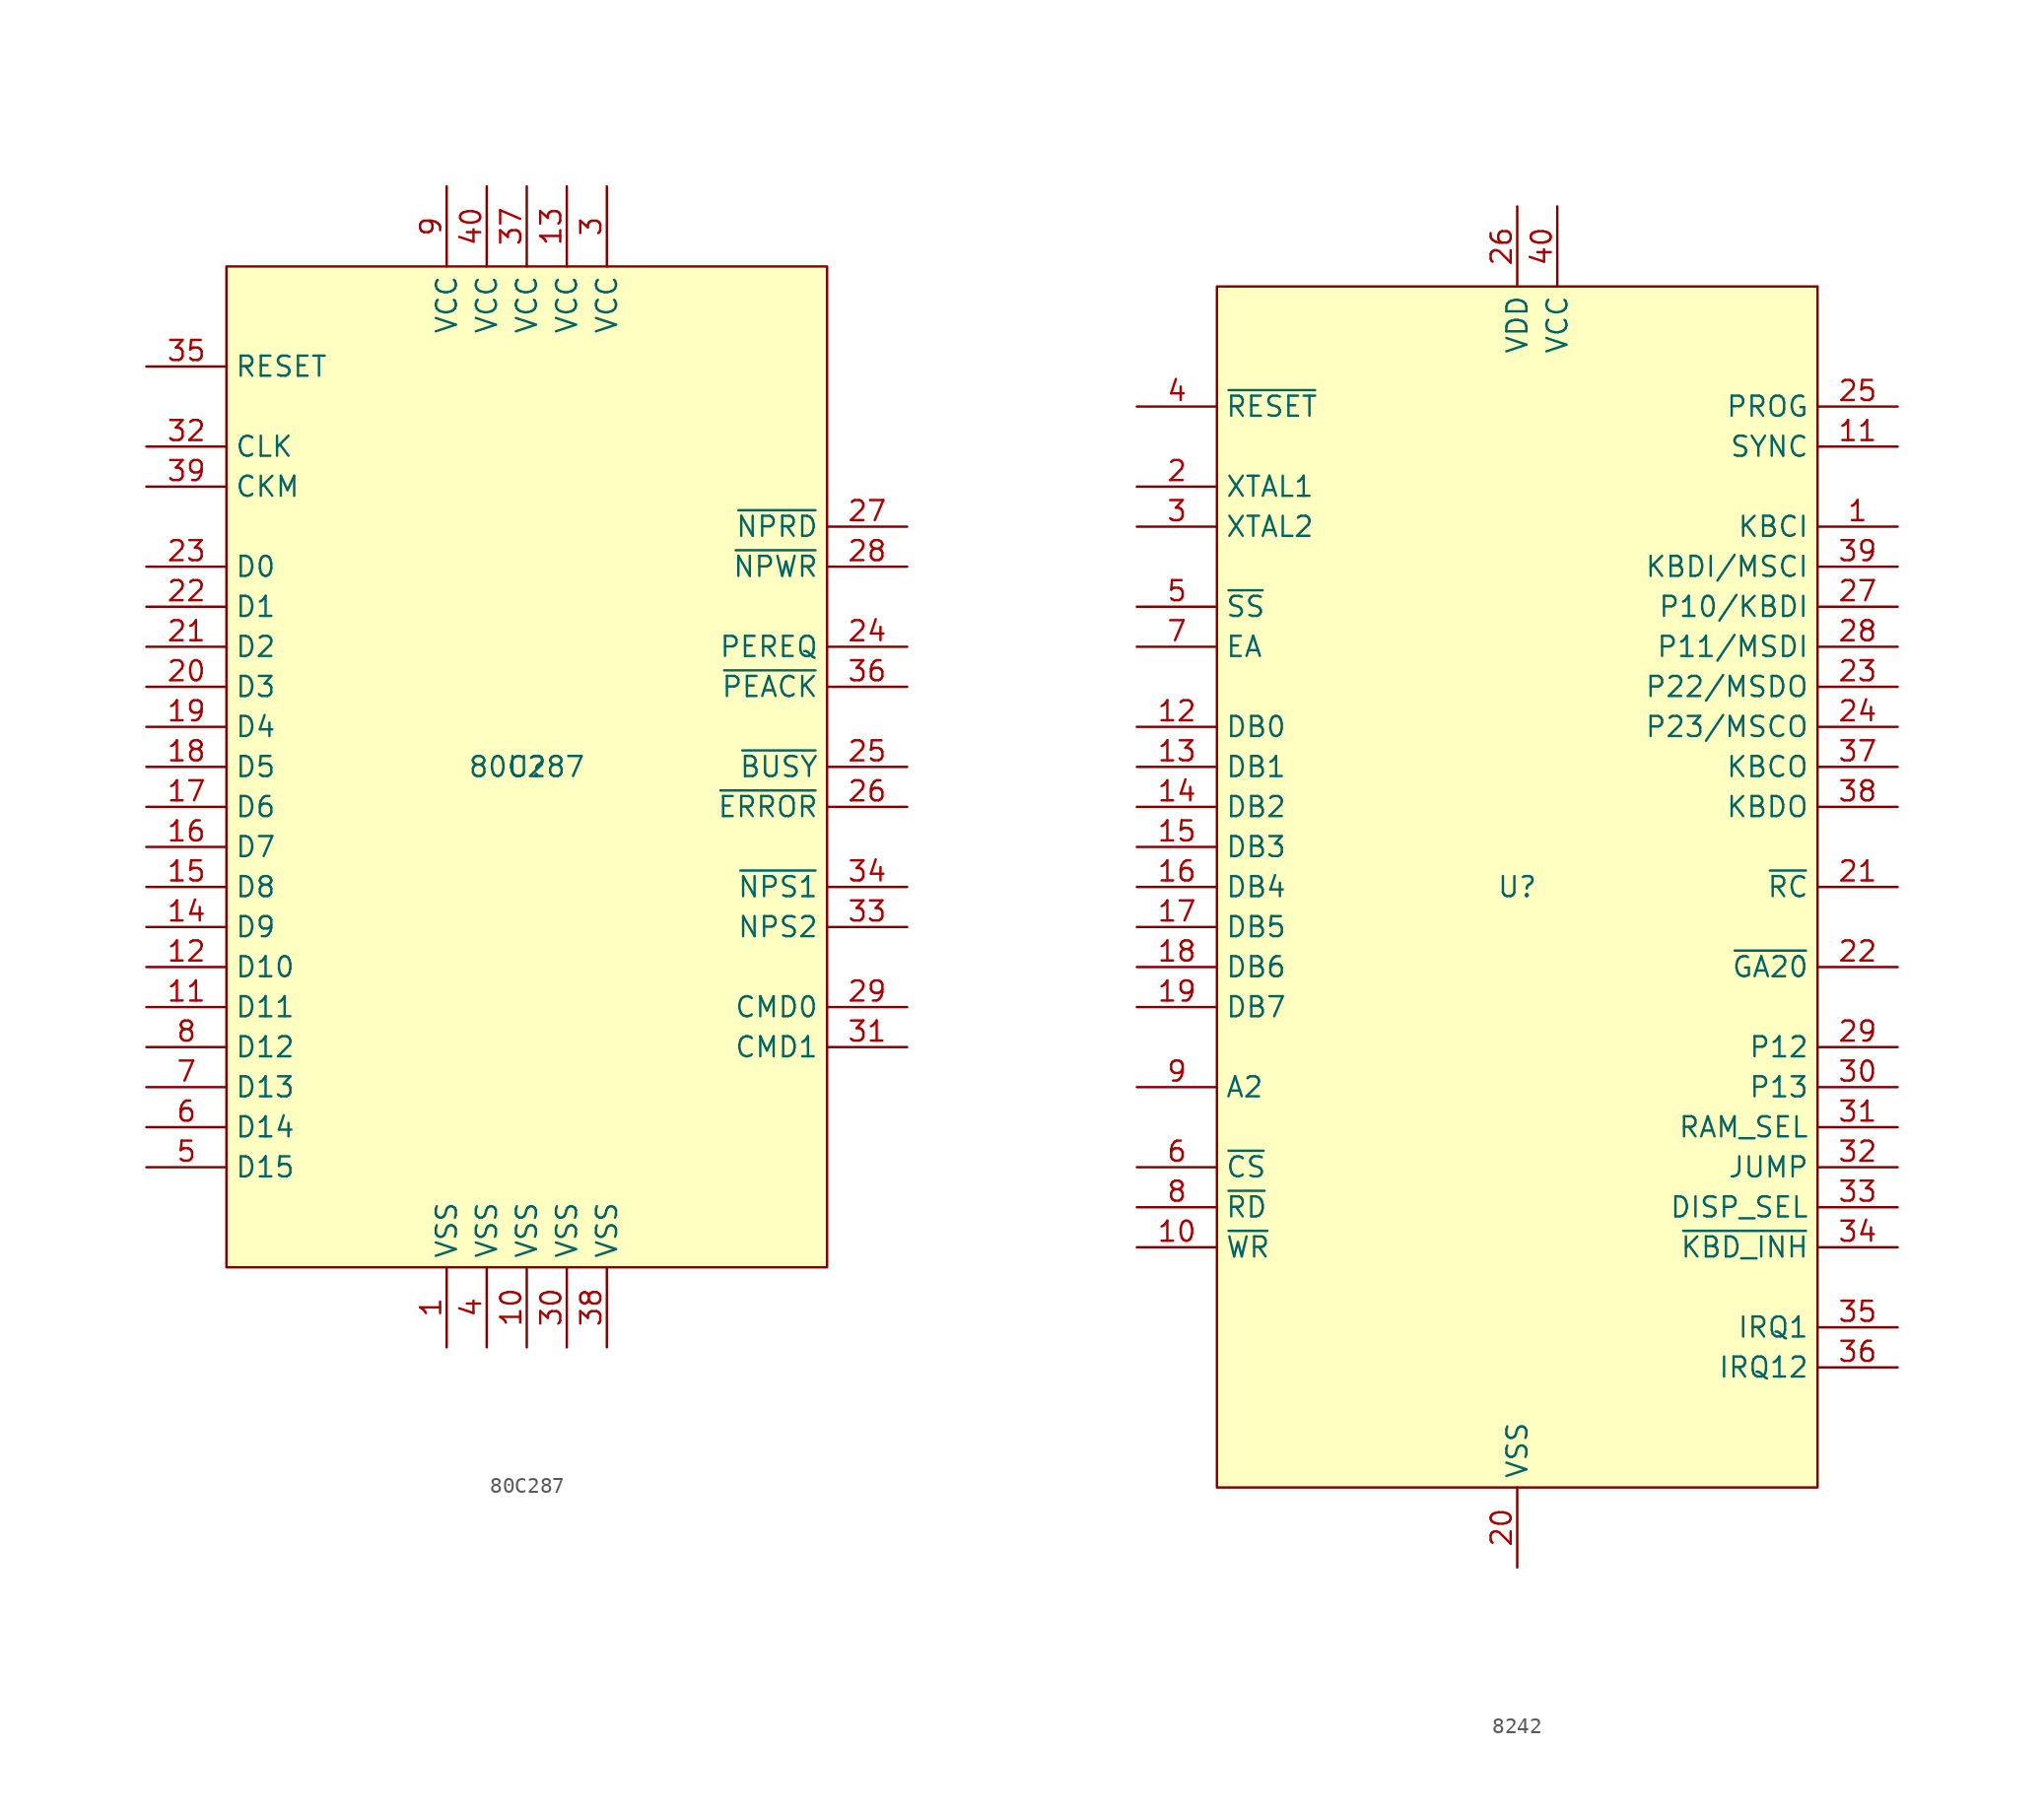
<source format=kicad_sym>
(kicad_symbol_lib
  (version 20231120)
  (generator "kicad_symbol_editor")
  (generator_version "8.0")
  (symbol "80C287"
    (property "Reference" "U"
      (at 0 0 0)
      (effects (font (size 1.27 1.27))))
    (property "Value" "80C287"
      (at 0 0 0)
      (effects (font (size 1.27 1.27))))
    (symbol "80C287_0_0"
      (pin power_in line (at -5.08 -36.83 90) (length 5.08) (name "VSS" (effects (font (size 1.27 1.27)))) (number "1" (effects (font (size 1.27 1.27)))))
      (pin power_in line (at 0 -36.83 90) (length 5.08) (name "VSS" (effects (font (size 1.27 1.27)))) (number "10" (effects (font (size 1.27 1.27)))))
      (pin bidirectional line (at -24.13 -15.24 0) (length 5.08) (name "D11" (effects (font (size 1.27 1.27)))) (number "11" (effects (font (size 1.27 1.27)))))
      (pin bidirectional line (at -24.13 -12.7 0) (length 5.08) (name "D10" (effects (font (size 1.27 1.27)))) (number "12" (effects (font (size 1.27 1.27)))))
      (pin power_in line (at 2.54 36.83 270) (length 5.08) (name "VCC" (effects (font (size 1.27 1.27)))) (number "13" (effects (font (size 1.27 1.27)))))
      (pin bidirectional line (at -24.13 -10.16 0) (length 5.08) (name "D9" (effects (font (size 1.27 1.27)))) (number "14" (effects (font (size 1.27 1.27)))))
      (pin bidirectional line (at -24.13 -7.62 0) (length 5.08) (name "D8" (effects (font (size 1.27 1.27)))) (number "15" (effects (font (size 1.27 1.27)))))
      (pin bidirectional line (at -24.13 -5.08 0) (length 5.08) (name "D7" (effects (font (size 1.27 1.27)))) (number "16" (effects (font (size 1.27 1.27)))))
      (pin bidirectional line (at -24.13 -2.54 0) (length 5.08) (name "D6" (effects (font (size 1.27 1.27)))) (number "17" (effects (font (size 1.27 1.27)))))
      (pin bidirectional line (at -24.13 0 0) (length 5.08) (name "D5" (effects (font (size 1.27 1.27)))) (number "18" (effects (font (size 1.27 1.27)))))
      (pin bidirectional line (at -24.13 2.54 0) (length 5.08) (name "D4" (effects (font (size 1.27 1.27)))) (number "19" (effects (font (size 1.27 1.27)))))
      (pin bidirectional line (at -24.13 5.08 0) (length 5.08) (name "D3" (effects (font (size 1.27 1.27)))) (number "20" (effects (font (size 1.27 1.27)))))
      (pin bidirectional line (at -24.13 7.62 0) (length 5.08) (name "D2" (effects (font (size 1.27 1.27)))) (number "21" (effects (font (size 1.27 1.27)))))
      (pin bidirectional line (at -24.13 10.16 0) (length 5.08) (name "D1" (effects (font (size 1.27 1.27)))) (number "22" (effects (font (size 1.27 1.27)))))
      (pin bidirectional line (at -24.13 12.7 0) (length 5.08) (name "D0" (effects (font (size 1.27 1.27)))) (number "23" (effects (font (size 1.27 1.27)))))
      (pin output line (at 24.13 7.62 180) (length 5.08) (name "PEREQ" (effects (font (size 1.27 1.27)))) (number "24" (effects (font (size 1.27 1.27)))))
      (pin output line (at 24.13 0 180) (length 5.08) (name "~{BUSY}" (effects (font (size 1.27 1.27)))) (number "25" (effects (font (size 1.27 1.27)))))
      (pin output line (at 24.13 -2.54 180) (length 5.08) (name "~{ERROR}" (effects (font (size 1.27 1.27)))) (number "26" (effects (font (size 1.27 1.27)))))
      (pin input line (at 24.13 15.24 180) (length 5.08) (name "~{NPRD}" (effects (font (size 1.27 1.27)))) (number "27" (effects (font (size 1.27 1.27)))))
      (pin input line (at 24.13 12.7 180) (length 5.08) (name "~{NPWR}" (effects (font (size 1.27 1.27)))) (number "28" (effects (font (size 1.27 1.27)))))
      (pin input line (at 24.13 -15.24 180) (length 5.08) (name "CMD0" (effects (font (size 1.27 1.27)))) (number "29" (effects (font (size 1.27 1.27)))))
      (pin power_in line (at 5.08 36.83 270) (length 5.08) (name "VCC" (effects (font (size 1.27 1.27)))) (number "3" (effects (font (size 1.27 1.27)))))
      (pin power_in line (at 2.54 -36.83 90) (length 5.08) (name "VSS" (effects (font (size 1.27 1.27)))) (number "30" (effects (font (size 1.27 1.27)))))
      (pin input line (at 24.13 -17.78 180) (length 5.08) (name "CMD1" (effects (font (size 1.27 1.27)))) (number "31" (effects (font (size 1.27 1.27)))))
      (pin input line (at -24.13 20.32 0) (length 5.08) (name "CLK" (effects (font (size 1.27 1.27)))) (number "32" (effects (font (size 1.27 1.27)))))
      (pin input line (at 24.13 -10.16 180) (length 5.08) (name "NPS2" (effects (font (size 1.27 1.27)))) (number "33" (effects (font (size 1.27 1.27)))))
      (pin input line (at 24.13 -7.62 180) (length 5.08) (name "~{NPS1}" (effects (font (size 1.27 1.27)))) (number "34" (effects (font (size 1.27 1.27)))))
      (pin input line (at -24.13 25.4 0) (length 5.08) (name "RESET" (effects (font (size 1.27 1.27)))) (number "35" (effects (font (size 1.27 1.27)))))
      (pin input line (at 24.13 5.08 180) (length 5.08) (name "~{PEACK}" (effects (font (size 1.27 1.27)))) (number "36" (effects (font (size 1.27 1.27)))))
      (pin power_in line (at 0 36.83 270) (length 5.08) (name "VCC" (effects (font (size 1.27 1.27)))) (number "37" (effects (font (size 1.27 1.27)))))
      (pin power_in line (at 5.08 -36.83 90) (length 5.08) (name "VSS" (effects (font (size 1.27 1.27)))) (number "38" (effects (font (size 1.27 1.27)))))
      (pin input line (at -24.13 17.78 0) (length 5.08) (name "CKM" (effects (font (size 1.27 1.27)))) (number "39" (effects (font (size 1.27 1.27)))))
      (pin power_in line (at -2.54 -36.83 90) (length 5.08) (name "VSS" (effects (font (size 1.27 1.27)))) (number "4" (effects (font (size 1.27 1.27)))))
      (pin power_in line (at -2.54 36.83 270) (length 5.08) (name "VCC" (effects (font (size 1.27 1.27)))) (number "40" (effects (font (size 1.27 1.27)))))
      (pin bidirectional line (at -24.13 -25.4 0) (length 5.08) (name "D15" (effects (font (size 1.27 1.27)))) (number "5" (effects (font (size 1.27 1.27)))))
      (pin bidirectional line (at -24.13 -22.86 0) (length 5.08) (name "D14" (effects (font (size 1.27 1.27)))) (number "6" (effects (font (size 1.27 1.27)))))
      (pin bidirectional line (at -24.13 -20.32 0) (length 5.08) (name "D13" (effects (font (size 1.27 1.27)))) (number "7" (effects (font (size 1.27 1.27)))))
      (pin bidirectional line (at -24.13 -17.78 0) (length 5.08) (name "D12" (effects (font (size 1.27 1.27)))) (number "8" (effects (font (size 1.27 1.27)))))
      (pin power_in line (at -5.08 36.83 270) (length 5.08) (name "VCC" (effects (font (size 1.27 1.27)))) (number "9" (effects (font (size 1.27 1.27))))))
    (symbol "80C287_1_1"
      (rectangle (start -19.05 31.75) (end 19.05 -31.75) (stroke (width 0) (type default)) (fill (type background)))))
  (symbol "8242"
    (property "Reference" "U"
      (at 0 0 0)
      (effects (font (size 1.27 1.27))))
    (property "Value" ""
      (at 0 0 0)
      (effects (font (size 1.27 1.27))))
    (symbol "8242_0_0"
      (pin input line (at 24.13 22.86 180) (length 5.08) (name "KBCI" (effects (font (size 1.27 1.27)))) (number "1" (effects (font (size 1.27 1.27)))))
      (pin input line (at -24.13 -22.86 0) (length 5.08) (name "~{WR}" (effects (font (size 1.27 1.27)))) (number "10" (effects (font (size 1.27 1.27)))))
      (pin output line (at 24.13 27.94 180) (length 5.08) (name "SYNC" (effects (font (size 1.27 1.27)))) (number "11" (effects (font (size 1.27 1.27)))))
      (pin bidirectional line (at -24.13 10.16 0) (length 5.08) (name "DB0" (effects (font (size 1.27 1.27)))) (number "12" (effects (font (size 1.27 1.27)))))
      (pin bidirectional line (at -24.13 7.62 0) (length 5.08) (name "DB1" (effects (font (size 1.27 1.27)))) (number "13" (effects (font (size 1.27 1.27)))))
      (pin bidirectional line (at -24.13 5.08 0) (length 5.08) (name "DB2" (effects (font (size 1.27 1.27)))) (number "14" (effects (font (size 1.27 1.27)))))
      (pin bidirectional line (at -24.13 2.54 0) (length 5.08) (name "DB3" (effects (font (size 1.27 1.27)))) (number "15" (effects (font (size 1.27 1.27)))))
      (pin bidirectional line (at -24.13 0 0) (length 5.08) (name "DB4" (effects (font (size 1.27 1.27)))) (number "16" (effects (font (size 1.27 1.27)))))
      (pin bidirectional line (at -24.13 -2.54 0) (length 5.08) (name "DB5" (effects (font (size 1.27 1.27)))) (number "17" (effects (font (size 1.27 1.27)))))
      (pin bidirectional line (at -24.13 -5.08 0) (length 5.08) (name "DB6" (effects (font (size 1.27 1.27)))) (number "18" (effects (font (size 1.27 1.27)))))
      (pin bidirectional line (at -24.13 -7.62 0) (length 5.08) (name "DB7" (effects (font (size 1.27 1.27)))) (number "19" (effects (font (size 1.27 1.27)))))
      (pin output line (at -24.13 25.4 0) (length 5.08) (name "XTAL1" (effects (font (size 1.27 1.27)))) (number "2" (effects (font (size 1.27 1.27)))))
      (pin power_in line (at 0 -43.18 90) (length 5.08) (name "VSS" (effects (font (size 1.27 1.27)))) (number "20" (effects (font (size 1.27 1.27)))))
      (pin input line (at 24.13 0 180) (length 5.08) (name "~{RC}" (effects (font (size 1.27 1.27)))) (number "21" (effects (font (size 1.27 1.27)))))
      (pin output line (at 24.13 -5.08 180) (length 5.08) (name "~{GA20}" (effects (font (size 1.27 1.27)))) (number "22" (effects (font (size 1.27 1.27)))))
      (pin output line (at 24.13 12.7 180) (length 5.08) (name "P22/MSDO" (effects (font (size 1.27 1.27)))) (number "23" (effects (font (size 1.27 1.27)))))
      (pin output line (at 24.13 10.16 180) (length 5.08) (name "P23/MSCO" (effects (font (size 1.27 1.27)))) (number "24" (effects (font (size 1.27 1.27)))))
      (pin input line (at 24.13 30.48 180) (length 5.08) (name "PROG" (effects (font (size 1.27 1.27)))) (number "25" (effects (font (size 1.27 1.27)))))
      (pin power_in line (at 0 43.18 270) (length 5.08) (name "VDD" (effects (font (size 1.27 1.27)))) (number "26" (effects (font (size 1.27 1.27)))))
      (pin input line (at 24.13 17.78 180) (length 5.08) (name "P10/KBDI" (effects (font (size 1.27 1.27)))) (number "27" (effects (font (size 1.27 1.27)))))
      (pin input line (at 24.13 15.24 180) (length 5.08) (name "P11/MSDI" (effects (font (size 1.27 1.27)))) (number "28" (effects (font (size 1.27 1.27)))))
      (pin bidirectional line (at 24.13 -10.16 180) (length 5.08) (name "P12" (effects (font (size 1.27 1.27)))) (number "29" (effects (font (size 1.27 1.27)))))
      (pin input line (at -24.13 22.86 0) (length 5.08) (name "XTAL2" (effects (font (size 1.27 1.27)))) (number "3" (effects (font (size 1.27 1.27)))))
      (pin bidirectional line (at 24.13 -12.7 180) (length 5.08) (name "P13" (effects (font (size 1.27 1.27)))) (number "30" (effects (font (size 1.27 1.27)))))
      (pin bidirectional line (at 24.13 -15.24 180) (length 5.08) (name "RAM_SEL" (effects (font (size 1.27 1.27)))) (number "31" (effects (font (size 1.27 1.27)))))
      (pin bidirectional line (at 24.13 -17.78 180) (length 5.08) (name "JUMP" (effects (font (size 1.27 1.27)))) (number "32" (effects (font (size 1.27 1.27)))))
      (pin input line (at 24.13 -20.32 180) (length 5.08) (name "DISP_SEL" (effects (font (size 1.27 1.27)))) (number "33" (effects (font (size 1.27 1.27)))))
      (pin input line (at 24.13 -22.86 180) (length 5.08) (name "~{KBD_INH}" (effects (font (size 1.27 1.27)))) (number "34" (effects (font (size 1.27 1.27)))))
      (pin output line (at 24.13 -27.94 180) (length 5.08) (name "IRQ1" (effects (font (size 1.27 1.27)))) (number "35" (effects (font (size 1.27 1.27)))))
      (pin output line (at 24.13 -30.48 180) (length 5.08) (name "IRQ12" (effects (font (size 1.27 1.27)))) (number "36" (effects (font (size 1.27 1.27)))))
      (pin output line (at 24.13 7.62 180) (length 5.08) (name "KBCO" (effects (font (size 1.27 1.27)))) (number "37" (effects (font (size 1.27 1.27)))))
      (pin output line (at 24.13 5.08 180) (length 5.08) (name "KBDO" (effects (font (size 1.27 1.27)))) (number "38" (effects (font (size 1.27 1.27)))))
      (pin input line (at 24.13 20.32 180) (length 5.08) (name "KBDI/MSCI" (effects (font (size 1.27 1.27)))) (number "39" (effects (font (size 1.27 1.27)))))
      (pin input line (at -24.13 30.48 0) (length 5.08) (name "~{RESET}" (effects (font (size 1.27 1.27)))) (number "4" (effects (font (size 1.27 1.27)))))
      (pin power_in line (at 2.54 43.18 270) (length 5.08) (name "VCC" (effects (font (size 1.27 1.27)))) (number "40" (effects (font (size 1.27 1.27)))))
      (pin input line (at -24.13 17.78 0) (length 5.08) (name "~{SS}" (effects (font (size 1.27 1.27)))) (number "5" (effects (font (size 1.27 1.27)))))
      (pin input line (at -24.13 -17.78 0) (length 5.08) (name "~{CS}" (effects (font (size 1.27 1.27)))) (number "6" (effects (font (size 1.27 1.27)))))
      (pin input line (at -24.13 15.24 0) (length 5.08) (name "EA" (effects (font (size 1.27 1.27)))) (number "7" (effects (font (size 1.27 1.27)))))
      (pin input line (at -24.13 -20.32 0) (length 5.08) (name "~{RD}" (effects (font (size 1.27 1.27)))) (number "8" (effects (font (size 1.27 1.27)))))
      (pin input line (at -24.13 -12.7 0) (length 5.08) (name "A2" (effects (font (size 1.27 1.27)))) (number "9" (effects (font (size 1.27 1.27))))))
    (symbol "8242_1_1"
      (rectangle (start -19.05 38.1) (end 19.05 -38.1) (stroke (width 0) (type default)) (fill (type background))))))
</source>
